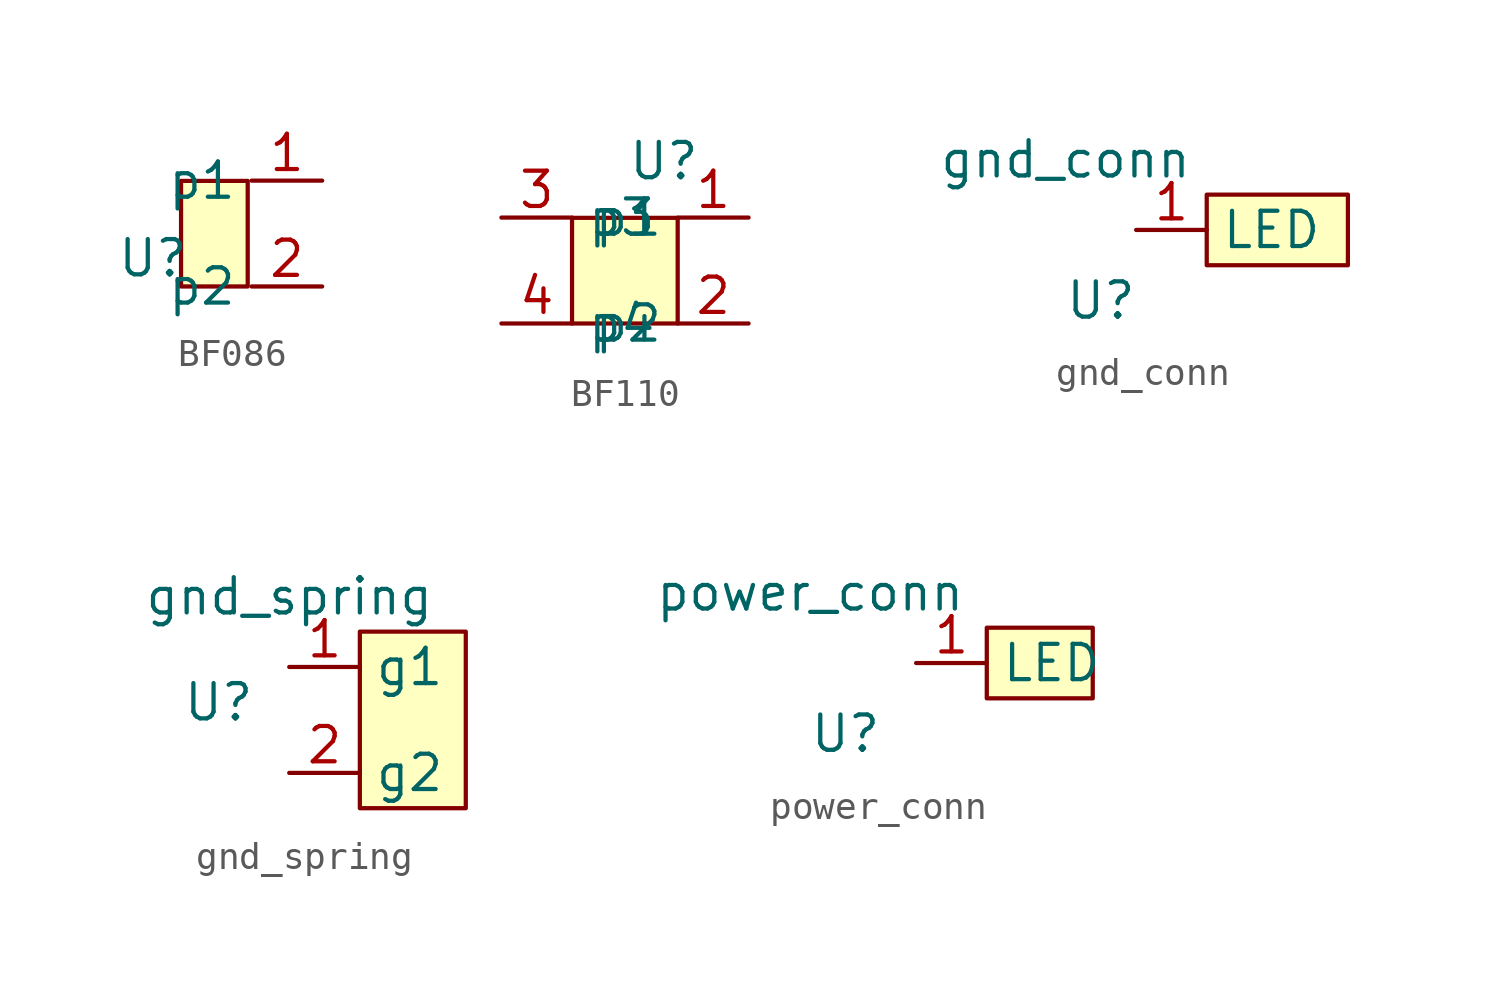
<source format=kicad_sym>
(kicad_symbol_lib
  (version 20231120)
  (generator "kicad_symbol_editor")
  (generator_version "8.0")
  (symbol "BF086"
    (property "Reference" "U"
      (at -1.016 1.016 0)
      (effects (font (size 1.27 1.27))))
    (property "Value" ""
      (at 0 0 0)
      (effects (font (size 1.27 1.27))))
    (symbol "BF086_0_1"
      (rectangle (start 0 3.8) (end 2.4 0) (stroke (width 0) (type default)) (fill (type background))))
    (symbol "BF086_1_1"
      (pin passive line (at 5.08 3.81 180) (length 2.54) (name "p1" (effects (font (size 1.27 1.27)))) (number "1" (effects (font (size 1.27 1.27)))))
      (pin passive line (at 5.08 0 180) (length 2.54) (name "p2" (effects (font (size 1.27 1.27)))) (number "2" (effects (font (size 1.27 1.27)))))))
  (symbol "BF110"
    (property "Reference" "U"
      (at 3.302 5.842 0)
      (effects (font (size 1.27 1.27))))
    (property "Value" ""
      (at 0 0 0)
      (effects (font (size 1.27 1.27))))
    (symbol "BF110_0_1"
      (rectangle (start 0 3.8) (end 3.8 0) (stroke (width 0) (type default)) (fill (type background))))
    (symbol "BF110_1_1"
      (pin passive line (at 6.35 3.81 180) (length 2.54) (name "p1" (effects (font (size 1.27 1.27)))) (number "1" (effects (font (size 1.27 1.27)))))
      (pin passive line (at 6.35 0 180) (length 2.54) (name "p2" (effects (font (size 1.27 1.27)))) (number "2" (effects (font (size 1.27 1.27)))))
      (pin passive line (at -2.54 3.81 0) (length 2.54) (name "p3" (effects (font (size 1.27 1.27)))) (number "3" (effects (font (size 1.27 1.27)))))
      (pin passive line (at -2.54 0 0) (length 2.54) (name "p4" (effects (font (size 1.27 1.27)))) (number "4" (effects (font (size 1.27 1.27)))))))
  (symbol "gnd_conn"
    (property "Reference" "U"
      (at -1.27 -2.54 0)
      (effects (font (size 1.27 1.27))))
    (property "Value" "gnd_conn"
      (at -2.54 2.54 0)
      (effects (font (size 1.27 1.27))))
    (symbol "gnd_conn_0_1"
      (rectangle (start 2.54 1.27) (end 7.62 -1.27) (stroke (width 0) (type default)) (fill (type background))))
    (symbol "gnd_conn_1_1"
      (pin power_in line (at 0 0 0) (length 2.54) (name "LED" (effects (font (size 1.27 1.27)))) (number "1" (effects (font (size 1.27 1.27)))))))
  (symbol "gnd_spring"
    (property "Reference" "U"
      (at -2.54 -1.27 0)
      (effects (font (size 1.27 1.27))))
    (property "Value" "gnd_spring"
      (at 0 2.54 0)
      (effects (font (size 1.27 1.27))))
    (symbol "gnd_spring_0_1"
      (rectangle (start 2.54 1.27) (end 6.35 -5.08) (stroke (width 0) (type default)) (fill (type background))))
    (symbol "gnd_spring_1_1"
      (pin passive line (at 0 0 0) (length 2.54) (name "g1" (effects (font (size 1.27 1.27)))) (number "1" (effects (font (size 1.27 1.27)))))
      (pin passive line (at 0 -3.81 0) (length 2.54) (name "g2" (effects (font (size 1.27 1.27)))) (number "2" (effects (font (size 1.27 1.27)))))))
  (symbol "power_conn"
    (property "Reference" "U"
      (at -2.54 -2.54 0)
      (effects (font (size 1.27 1.27))))
    (property "Value" "power_conn"
      (at -3.81 2.54 0)
      (effects (font (size 1.27 1.27))))
    (symbol "power_conn_0_1"
      (rectangle (start 6.35 1.27) (end 2.54 -1.27) (stroke (width 0) (type default)) (fill (type background))))
    (symbol "power_conn_1_1"
      (pin power_in line (at 0 0 0) (length 2.54) (name "LED" (effects (font (size 1.27 1.27)))) (number "1" (effects (font (size 1.27 1.27))))))))
</source>
